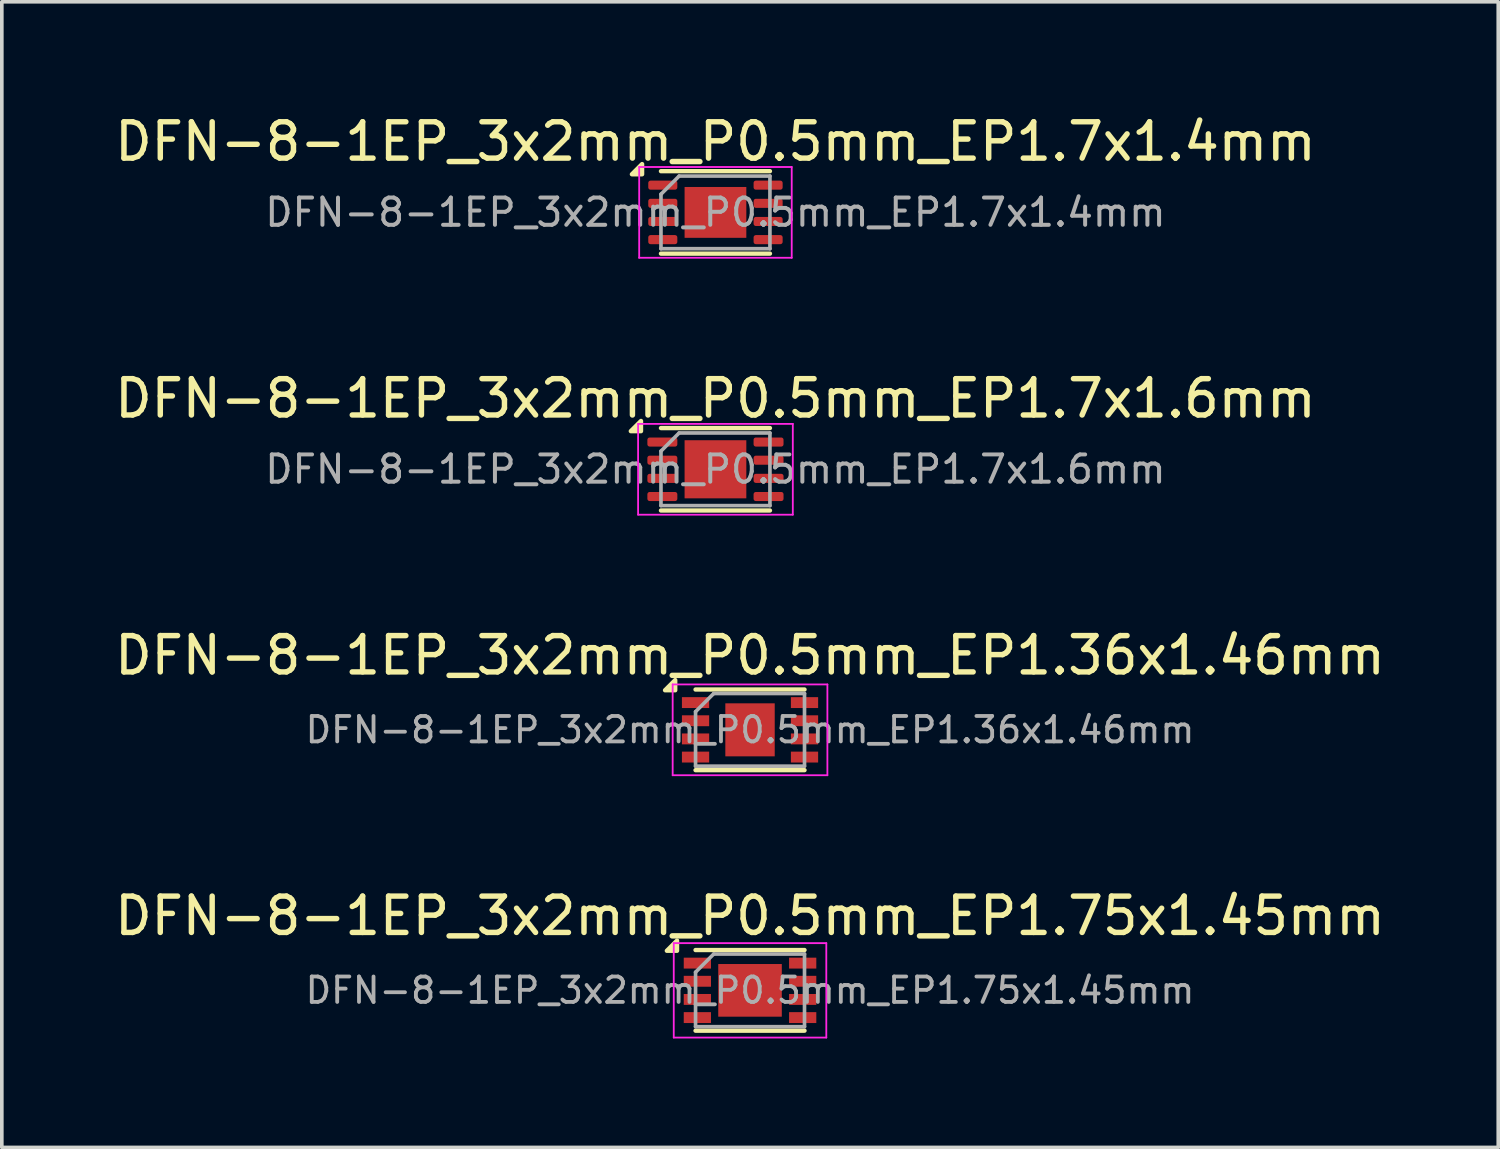
<source format=kicad_pcb>
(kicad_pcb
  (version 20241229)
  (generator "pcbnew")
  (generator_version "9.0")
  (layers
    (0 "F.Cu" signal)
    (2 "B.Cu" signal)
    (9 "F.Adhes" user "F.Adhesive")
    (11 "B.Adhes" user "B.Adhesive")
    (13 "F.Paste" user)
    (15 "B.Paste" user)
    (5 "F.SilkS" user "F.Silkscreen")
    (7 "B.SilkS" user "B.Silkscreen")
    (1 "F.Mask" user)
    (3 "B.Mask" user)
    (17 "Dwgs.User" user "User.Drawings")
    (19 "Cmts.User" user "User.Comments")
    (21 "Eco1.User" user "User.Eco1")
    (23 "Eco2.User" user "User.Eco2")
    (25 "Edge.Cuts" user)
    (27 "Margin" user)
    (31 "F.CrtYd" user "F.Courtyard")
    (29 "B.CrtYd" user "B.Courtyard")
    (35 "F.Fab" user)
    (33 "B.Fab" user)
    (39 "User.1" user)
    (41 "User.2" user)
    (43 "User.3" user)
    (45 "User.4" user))
  (footprint "DFN-8-1EP_3x2mm_P0.5mm_EP1.7x1.4mm"
    (layer "F.Cu")
    (at 16.649 2.798)
    (property "Reference" "DFN-8-1EP_3x2mm_P0.5mm_EP1.7x1.4mm" (at 0 -1.95 0) (layer "F.SilkS") (effects (font (size 1 1) (thickness 0.15))))
    (attr smd)
    (fp_line (start -1.5 -1.135) (end 1.5 -1.135) (stroke (width 0.12) (type solid)) (layer "F.SilkS"))
    (fp_line (start -1.5 1.135) (end 1.5 1.135) (stroke (width 0.12) (type solid)) (layer "F.SilkS"))
    (fp_poly (pts (xy -2.02 -1.05) (xy -2.3 -1.05) (xy -2.02 -1.33) (xy -2.02 -1.05)) (stroke (width 0.12) (type solid)) (fill yes) (layer "F.SilkS"))
    (fp_line (start -2.1 -1.25) (end -2.1 1.25) (stroke (width 0.05) (type solid)) (layer "F.CrtYd"))
    (fp_line (start -2.1 1.25) (end 2.1 1.25) (stroke (width 0.05) (type solid)) (layer "F.CrtYd"))
    (fp_line (start 2.1 -1.25) (end -2.1 -1.25) (stroke (width 0.05) (type solid)) (layer "F.CrtYd"))
    (fp_line (start 2.1 1.25) (end 2.1 -1.25) (stroke (width 0.05) (type solid)) (layer "F.CrtYd"))
    (fp_line (start -1.5 -0.5) (end -1 -1) (stroke (width 0.1) (type solid)) (layer "F.Fab"))
    (fp_line (start -1.5 1) (end -1.5 -0.5) (stroke (width 0.1) (type solid)) (layer "F.Fab"))
    (fp_line (start -1 -1) (end 1.5 -1) (stroke (width 0.1) (type solid)) (layer "F.Fab"))
    (fp_line (start 1.5 -1) (end 1.5 1) (stroke (width 0.1) (type solid)) (layer "F.Fab"))
    (fp_line (start 1.5 1) (end -1.5 1) (stroke (width 0.1) (type solid)) (layer "F.Fab"))
    (fp_text user "${REFERENCE}" (at 0 0 0) (layer "F.Fab") (effects (font (size 0.75 0.75) (thickness 0.11))))
    (pad "" smd roundrect (at -0.425 -0.35) (size 0.69 0.56) (layers "F.Paste") (roundrect_rratio 0.25))
    (pad "" smd roundrect (at -0.425 0.35) (size 0.69 0.56) (layers "F.Paste") (roundrect_rratio 0.25))
    (pad "" smd roundrect (at 0.425 -0.35) (size 0.69 0.56) (layers "F.Paste") (roundrect_rratio 0.25))
    (pad "" smd roundrect (at 0.425 0.35) (size 0.69 0.56) (layers "F.Paste") (roundrect_rratio 0.25))
    (pad "1" smd roundrect (at -1.45 -0.75) (size 0.8 0.25) (layers "F.Cu" "F.Mask" "F.Paste") (roundrect_rratio 0.25))
    (pad "2" smd roundrect (at -1.45 -0.25) (size 0.8 0.25) (layers "F.Cu" "F.Mask" "F.Paste") (roundrect_rratio 0.25))
    (pad "3" smd roundrect (at -1.45 0.25) (size 0.8 0.25) (layers "F.Cu" "F.Mask" "F.Paste") (roundrect_rratio 0.25))
    (pad "4" smd roundrect (at -1.45 0.75) (size 0.8 0.25) (layers "F.Cu" "F.Mask" "F.Paste") (roundrect_rratio 0.25))
    (pad "5" smd roundrect (at 1.45 0.75) (size 0.8 0.25) (layers "F.Cu" "F.Mask" "F.Paste") (roundrect_rratio 0.25))
    (pad "6" smd roundrect (at 1.45 0.25) (size 0.8 0.25) (layers "F.Cu" "F.Mask" "F.Paste") (roundrect_rratio 0.25))
    (pad "7" smd roundrect (at 1.45 -0.25) (size 0.8 0.25) (layers "F.Cu" "F.Mask" "F.Paste") (roundrect_rratio 0.25))
    (pad "8" smd roundrect (at 1.45 -0.75) (size 0.8 0.25) (layers "F.Cu" "F.Mask" "F.Paste") (roundrect_rratio 0.25))
    (pad "9" smd rect (at 0 0) (size 1.7 1.4) (property pad_prop_heatsink) (layers "F.Cu" "F.Mask")))
  (footprint "DFN-8-1EP_3x2mm_P0.5mm_EP1.7x1.6mm"
    (layer "F.Cu")
    (at 16.649 9.871)
    (property "Reference" "DFN-8-1EP_3x2mm_P0.5mm_EP1.7x1.6mm" (at 0 -1.95 0) (layer "F.SilkS") (effects (font (size 1 1) (thickness 0.15))))
    (attr smd)
    (fp_line (start -1.5 -1.135) (end 1.5 -1.135) (stroke (width 0.12) (type solid)) (layer "F.SilkS"))
    (fp_line (start -1.5 1.135) (end 1.5 1.135) (stroke (width 0.12) (type solid)) (layer "F.SilkS"))
    (fp_poly (pts (xy -2.05 -1.05) (xy -2.33 -1.05) (xy -2.05 -1.33) (xy -2.05 -1.05)) (stroke (width 0.12) (type solid)) (fill yes) (layer "F.SilkS"))
    (fp_line (start -2.13 -1.25) (end -2.13 1.25) (stroke (width 0.05) (type solid)) (layer "F.CrtYd"))
    (fp_line (start -2.13 1.25) (end 2.13 1.25) (stroke (width 0.05) (type solid)) (layer "F.CrtYd"))
    (fp_line (start 2.13 -1.25) (end -2.13 -1.25) (stroke (width 0.05) (type solid)) (layer "F.CrtYd"))
    (fp_line (start 2.13 1.25) (end 2.13 -1.25) (stroke (width 0.05) (type solid)) (layer "F.CrtYd"))
    (fp_line (start -1.5 -0.5) (end -1 -1) (stroke (width 0.1) (type solid)) (layer "F.Fab"))
    (fp_line (start -1.5 1) (end -1.5 -0.5) (stroke (width 0.1) (type solid)) (layer "F.Fab"))
    (fp_line (start -1 -1) (end 1.5 -1) (stroke (width 0.1) (type solid)) (layer "F.Fab"))
    (fp_line (start 1.5 -1) (end 1.5 1) (stroke (width 0.1) (type solid)) (layer "F.Fab"))
    (fp_line (start 1.5 1) (end -1.5 1) (stroke (width 0.1) (type solid)) (layer "F.Fab"))
    (fp_text user "${REFERENCE}" (at 0 0 0) (layer "F.Fab") (effects (font (size 0.75 0.75) (thickness 0.11))))
    (pad "" smd roundrect (at -0.425 -0.4) (size 0.69 0.64) (layers "F.Paste") (roundrect_rratio 0.25))
    (pad "" smd roundrect (at -0.425 0.4) (size 0.69 0.64) (layers "F.Paste") (roundrect_rratio 0.25))
    (pad "" smd roundrect (at 0.425 -0.4) (size 0.69 0.64) (layers "F.Paste") (roundrect_rratio 0.25))
    (pad "" smd roundrect (at 0.425 0.4) (size 0.69 0.64) (layers "F.Paste") (roundrect_rratio 0.25))
    (pad "1" smd roundrect (at -1.462 -0.75) (size 0.825 0.25) (layers "F.Cu" "F.Mask" "F.Paste") (roundrect_rratio 0.25))
    (pad "2" smd roundrect (at -1.462 -0.25) (size 0.825 0.25) (layers "F.Cu" "F.Mask" "F.Paste") (roundrect_rratio 0.25))
    (pad "3" smd roundrect (at -1.462 0.25) (size 0.825 0.25) (layers "F.Cu" "F.Mask" "F.Paste") (roundrect_rratio 0.25))
    (pad "4" smd roundrect (at -1.462 0.75) (size 0.825 0.25) (layers "F.Cu" "F.Mask" "F.Paste") (roundrect_rratio 0.25))
    (pad "5" smd roundrect (at 1.462 0.75) (size 0.825 0.25) (layers "F.Cu" "F.Mask" "F.Paste") (roundrect_rratio 0.25))
    (pad "6" smd roundrect (at 1.462 0.25) (size 0.825 0.25) (layers "F.Cu" "F.Mask" "F.Paste") (roundrect_rratio 0.25))
    (pad "7" smd roundrect (at 1.462 -0.25) (size 0.825 0.25) (layers "F.Cu" "F.Mask" "F.Paste") (roundrect_rratio 0.25))
    (pad "8" smd roundrect (at 1.462 -0.75) (size 0.825 0.25) (layers "F.Cu" "F.Mask" "F.Paste") (roundrect_rratio 0.25))
    (pad "9" smd rect (at 0 0) (size 1.7 1.6) (property pad_prop_heatsink) (layers "F.Cu" "F.Mask")))
  (footprint "DFN-8-1EP_3x2mm_P0.5mm_EP1.36x1.46mm"
    (layer "F.Cu")
    (at 17.601 17.045)
    (property "Reference" "DFN-8-1EP_3x2mm_P0.5mm_EP1.36x1.46mm" (at 0 -2.05 0) (layer "F.SilkS") (effects (font (size 1 1) (thickness 0.15))))
    (attr smd)
    (fp_line (start -1.5 -1.11) (end 1.5 -1.11) (stroke (width 0.12) (type solid)) (layer "F.SilkS"))
    (fp_line (start -1.5 1.11) (end 1.5 1.11) (stroke (width 0.12) (type solid)) (layer "F.SilkS"))
    (fp_poly (pts (xy -2.06 -1.09) (xy -2.34 -1.09) (xy -2.06 -1.37) (xy -2.06 -1.09)) (stroke (width 0.12) (type solid)) (fill yes) (layer "F.SilkS"))
    (fp_line (start -2.13 -1.25) (end -2.13 1.25) (stroke (width 0.05) (type solid)) (layer "F.CrtYd"))
    (fp_line (start -2.13 -1.25) (end 2.13 -1.25) (stroke (width 0.05) (type solid)) (layer "F.CrtYd"))
    (fp_line (start -2.13 1.25) (end 2.13 1.25) (stroke (width 0.05) (type solid)) (layer "F.CrtYd"))
    (fp_line (start 2.13 -1.25) (end 2.13 1.25) (stroke (width 0.05) (type solid)) (layer "F.CrtYd"))
    (fp_line (start -1.5 -0.5) (end -1 -1) (stroke (width 0.1) (type solid)) (layer "F.Fab"))
    (fp_line (start -1.5 1) (end -1.5 -0.5) (stroke (width 0.1) (type solid)) (layer "F.Fab"))
    (fp_line (start -1 -1) (end 1.5 -1) (stroke (width 0.1) (type solid)) (layer "F.Fab"))
    (fp_line (start 1.5 -1) (end 1.5 1) (stroke (width 0.1) (type solid)) (layer "F.Fab"))
    (fp_line (start 1.5 1) (end -1.5 1) (stroke (width 0.1) (type solid)) (layer "F.Fab"))
    (fp_text user "${REFERENCE}" (at 0 0 0) (layer "F.Fab") (effects (font (size 0.7 0.7) (thickness 0.105))))
    (pad "" smd rect (at -0.325 -0.375) (size 0.5 0.6) (layers "F.Paste"))
    (pad "" smd rect (at -0.325 0.375) (size 0.5 0.6) (layers "F.Paste"))
    (pad "" smd rect (at 0.325 -0.375) (size 0.5 0.6) (layers "F.Paste"))
    (pad "" smd rect (at 0.325 0.375) (size 0.5 0.6) (layers "F.Paste"))
    (pad "1" smd rect (at -1.5 -0.75) (size 0.75 0.3) (layers "F.Cu" "F.Mask" "F.Paste"))
    (pad "2" smd rect (at -1.5 -0.25) (size 0.75 0.3) (layers "F.Cu" "F.Mask" "F.Paste"))
    (pad "3" smd rect (at -1.5 0.25) (size 0.75 0.3) (layers "F.Cu" "F.Mask" "F.Paste"))
    (pad "4" smd rect (at -1.5 0.75) (size 0.75 0.3) (layers "F.Cu" "F.Mask" "F.Paste"))
    (pad "5" smd rect (at 1.5 0.75) (size 0.75 0.3) (layers "F.Cu" "F.Mask" "F.Paste"))
    (pad "6" smd rect (at 1.5 0.25) (size 0.75 0.3) (layers "F.Cu" "F.Mask" "F.Paste"))
    (pad "7" smd rect (at 1.5 -0.25) (size 0.75 0.3) (layers "F.Cu" "F.Mask" "F.Paste"))
    (pad "8" smd rect (at 1.5 -0.75) (size 0.75 0.3) (layers "F.Cu" "F.Mask" "F.Paste"))
    (pad "9" smd rect (at 0 0) (size 1.36 1.46) (layers "F.Cu" "F.Mask")))
  (footprint "DFN-8-1EP_3x2mm_P0.5mm_EP1.75x1.45mm"
    (layer "F.Cu")
    (at 17.601 24.218)
    (property "Reference" "DFN-8-1EP_3x2mm_P0.5mm_EP1.75x1.45mm" (at 0 -2.05 0) (layer "F.SilkS") (effects (font (size 1 1) (thickness 0.15))))
    (attr smd)
    (fp_line (start -1.5 -1.11) (end 1.5 -1.11) (stroke (width 0.12) (type solid)) (layer "F.SilkS"))
    (fp_line (start -1.5 1.11) (end 1.5 1.11) (stroke (width 0.12) (type solid)) (layer "F.SilkS"))
    (fp_poly (pts (xy -2.01 -1.09) (xy -2.29 -1.09) (xy -2.01 -1.37) (xy -2.01 -1.09)) (stroke (width 0.12) (type solid)) (fill yes) (layer "F.SilkS"))
    (fp_line (start -2.1 -1.3) (end -2.1 1.3) (stroke (width 0.05) (type solid)) (layer "F.CrtYd"))
    (fp_line (start -2.1 -1.3) (end 2.1 -1.3) (stroke (width 0.05) (type solid)) (layer "F.CrtYd"))
    (fp_line (start -2.1 1.3) (end 2.1 1.3) (stroke (width 0.05) (type solid)) (layer "F.CrtYd"))
    (fp_line (start 2.1 -1.3) (end 2.1 1.3) (stroke (width 0.05) (type solid)) (layer "F.CrtYd"))
    (fp_line (start -1.5 -0.5) (end -1 -1) (stroke (width 0.1) (type solid)) (layer "F.Fab"))
    (fp_line (start -1.5 1) (end -1.5 -0.5) (stroke (width 0.1) (type solid)) (layer "F.Fab"))
    (fp_line (start -1 -1) (end 1.5 -1) (stroke (width 0.1) (type solid)) (layer "F.Fab"))
    (fp_line (start 1.5 -1) (end 1.5 1) (stroke (width 0.1) (type solid)) (layer "F.Fab"))
    (fp_line (start 1.5 1) (end -1.5 1) (stroke (width 0.1) (type solid)) (layer "F.Fab"))
    (fp_text user "${REFERENCE}" (at 0 0 0) (layer "F.Fab") (effects (font (size 0.7 0.7) (thickness 0.105))))
    (pad "" smd rect (at -0.438 -0.362) (size 0.71 0.58) (layers "F.Paste"))
    (pad "" smd rect (at -0.438 0.362) (size 0.71 0.58) (layers "F.Paste"))
    (pad "" smd rect (at 0.438 -0.362) (size 0.71 0.58) (layers "F.Paste"))
    (pad "" smd rect (at 0.438 0.362) (size 0.71 0.58) (layers "F.Paste"))
    (pad "1" smd rect (at -1.45 -0.75) (size 0.75 0.3) (layers "F.Cu" "F.Mask" "F.Paste"))
    (pad "2" smd rect (at -1.45 -0.25) (size 0.75 0.3) (layers "F.Cu" "F.Mask" "F.Paste"))
    (pad "3" smd rect (at -1.45 0.25) (size 0.75 0.3) (layers "F.Cu" "F.Mask" "F.Paste"))
    (pad "4" smd rect (at -1.45 0.75) (size 0.75 0.3) (layers "F.Cu" "F.Mask" "F.Paste"))
    (pad "5" smd rect (at 1.45 0.75) (size 0.75 0.3) (layers "F.Cu" "F.Mask" "F.Paste"))
    (pad "6" smd rect (at 1.45 0.25) (size 0.75 0.3) (layers "F.Cu" "F.Mask" "F.Paste"))
    (pad "7" smd rect (at 1.45 -0.25) (size 0.75 0.3) (layers "F.Cu" "F.Mask" "F.Paste"))
    (pad "8" smd rect (at 1.45 -0.75) (size 0.75 0.3) (layers "F.Cu" "F.Mask" "F.Paste"))
    (pad "9" smd rect (at 0 0) (size 1.75 1.45) (layers "F.Cu" "F.Mask")))
  (gr_rect
    (start -3 -3)
    (end 38.202 28.543)
    (stroke (width 0.1) (type default))
    (fill no)
    (layer "Edge.Cuts")))
</source>
